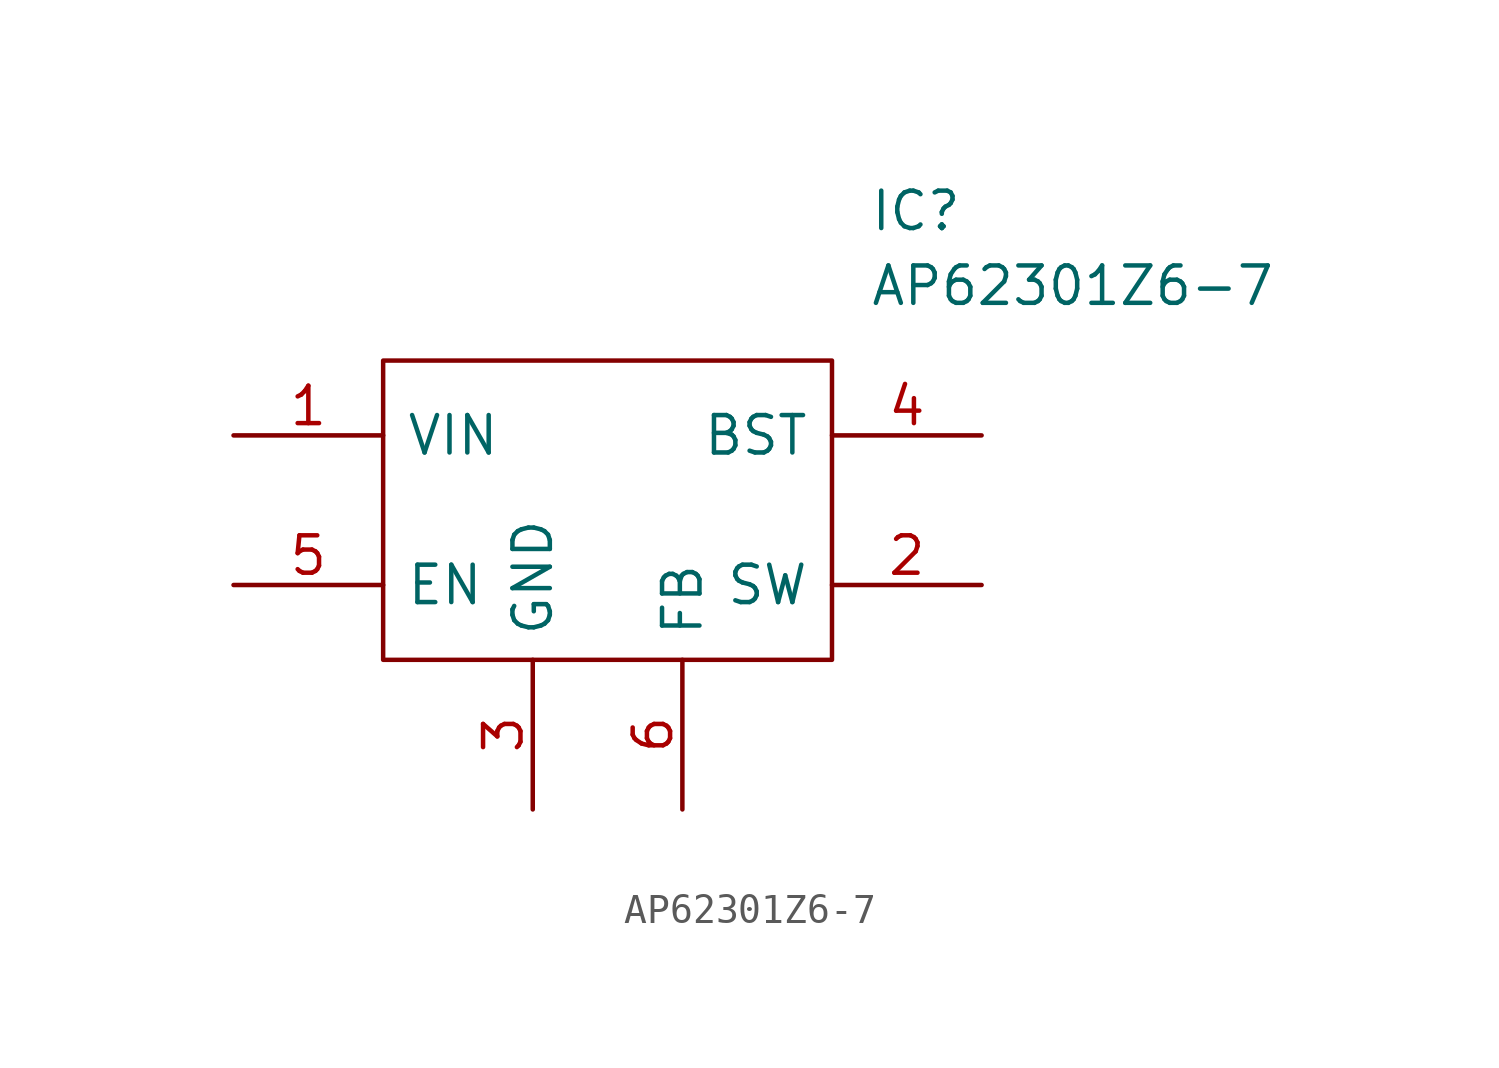
<source format=kicad_sym>
(kicad_symbol_lib
  (version 20211014)
  (generator kicad_symbol_editor)
  (symbol "AP62301Z6-7"
    (pin_names
      (offset 0.762))
    (property "Reference" "IC"
      (at 21.59 7.62 0)
      (effects (font (size 1.27 1.27)) (justify left)))
    (property "Value" "AP62301Z6-7"
      (at 21.59 5.08 0)
      (effects (font (size 1.27 1.27)) (justify left)))
    (symbol "AP62301Z6-7_0_0"
      (pin passive line (at 0 0 0) (length 5.08) (name "VIN" (effects (font (size 1.27 1.27)))) (number "1" (effects (font (size 1.27 1.27)))))
      (pin passive line (at 25.4 -5.08 180) (length 5.08) (name "SW" (effects (font (size 1.27 1.27)))) (number "2" (effects (font (size 1.27 1.27)))))
      (pin passive line (at 10.16 -12.7 90) (length 5.08) (name "GND" (effects (font (size 1.27 1.27)))) (number "3" (effects (font (size 1.27 1.27)))))
      (pin passive line (at 25.4 0 180) (length 5.08) (name "BST" (effects (font (size 1.27 1.27)))) (number "4" (effects (font (size 1.27 1.27)))))
      (pin passive line (at 0 -5.08 0) (length 5.08) (name "EN" (effects (font (size 1.27 1.27)))) (number "5" (effects (font (size 1.27 1.27)))))
      (pin passive line (at 15.24 -12.7 90) (length 5.08) (name "FB" (effects (font (size 1.27 1.27)))) (number "6" (effects (font (size 1.27 1.27))))))
    (symbol "AP62301Z6-7_0_1"
      (polyline (pts (xy 5.08 2.54) (xy 20.32 2.54) (xy 20.32 -7.62) (xy 5.08 -7.62) (xy 5.08 2.54)) (stroke (width 0.152) (type default) (color 0 0 0 0)) (fill (type none))))))
</source>
